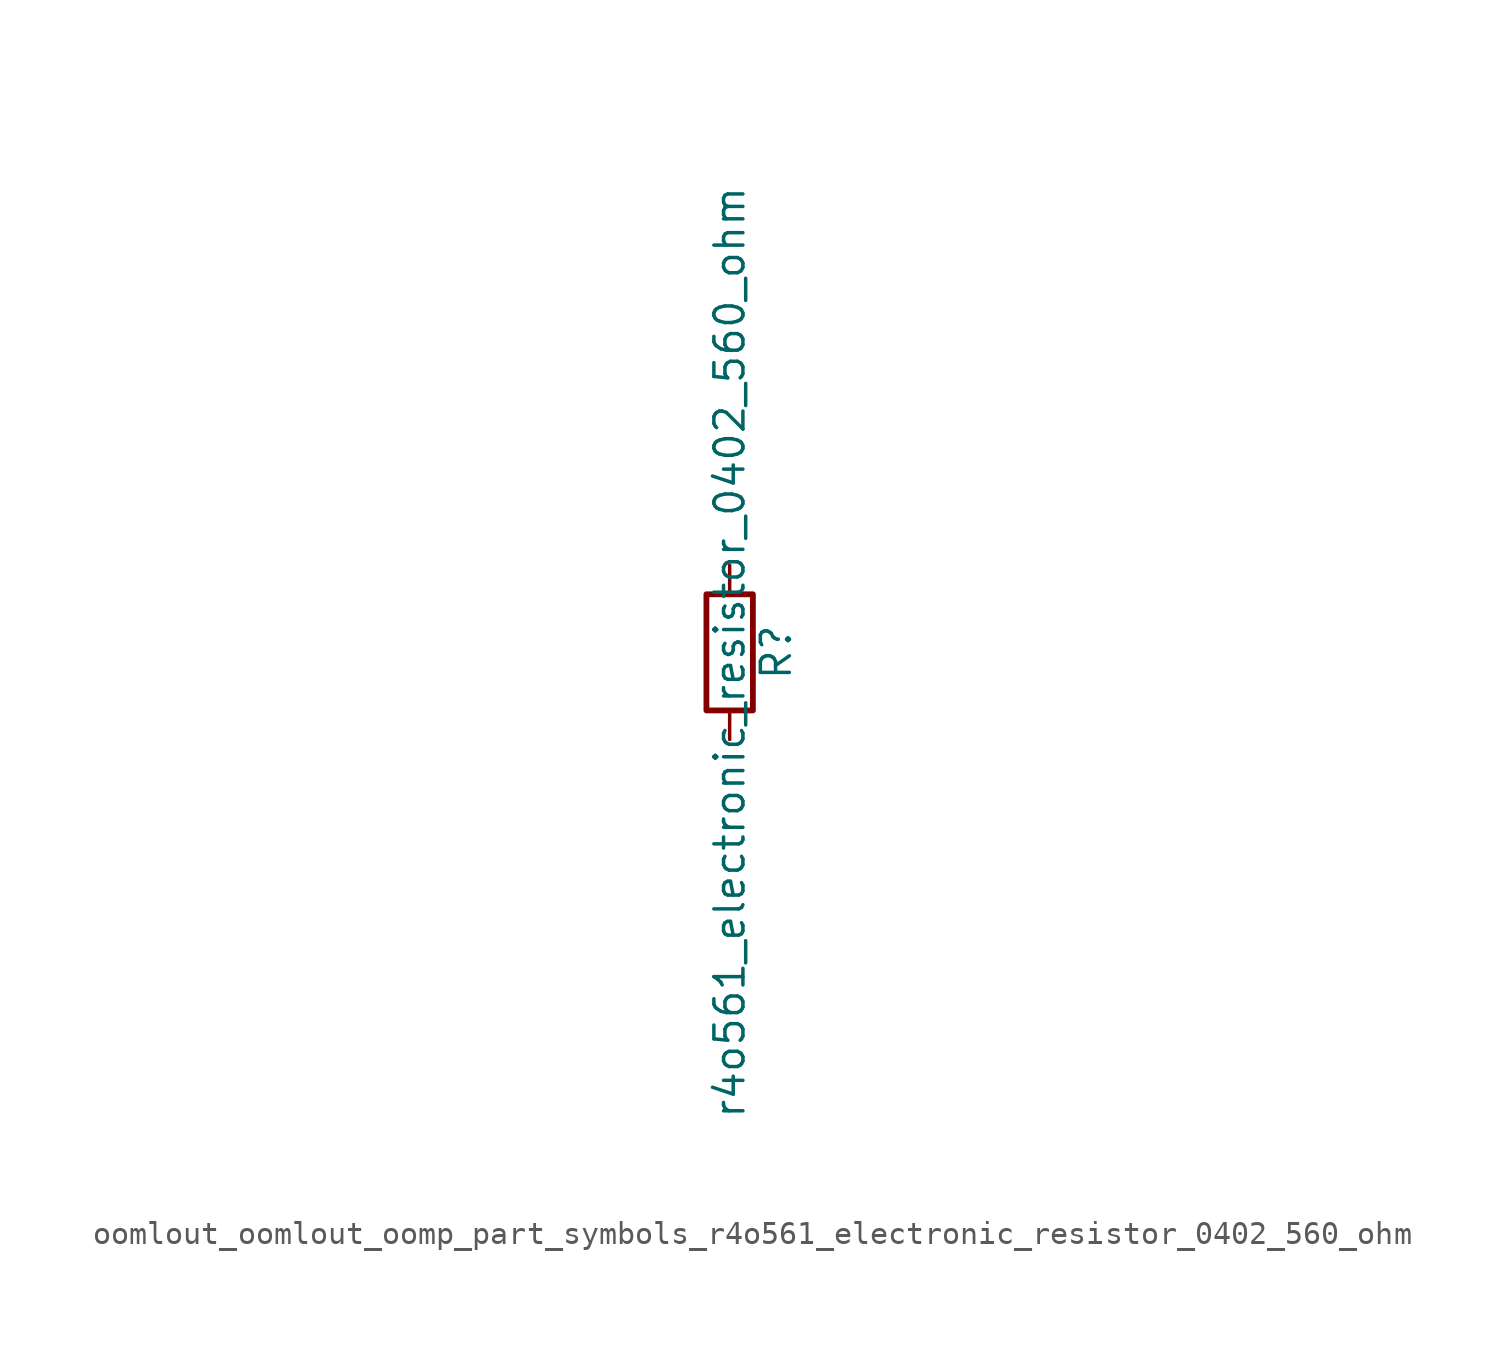
<source format=kicad_sym>
(kicad_symbol_lib
  (version 20220914)
  (generator kicad_symbol_editor)
  (symbol "oomlout_oomlout_oomp_part_symbols_r4o561_electronic_resistor_0402_560_ohm"
    (pin_numbers hide)
    (pin_names
      (offset 0))
    (property "Reference" "R"
      (at 2.032 0 90)
      (effects (font (size 1.27 1.27))))
    (property "Value" "r4o561_electronic_resistor_0402_560_ohm"
      (at 0 0 90)
      (effects (font (size 1.27 1.27))))
    (symbol "oomlout_oomlout_oomp_part_symbols_r4o561_electronic_resistor_0402_560_ohm_0_1"
      (rectangle (start -1.016 -2.54) (end 1.016 2.54) (stroke (width 0.254) (type default)) (fill (type none))))
    (symbol "oomlout_oomlout_oomp_part_symbols_r4o561_electronic_resistor_0402_560_ohm_1_1"
      (pin passive line (at 0 3.81 270) (length 1.27) (name "~" (effects (font (size 1.27 1.27)))) (number "1" (effects (font (size 1.27 1.27)))))
      (pin passive line (at 0 -3.81 90) (length 1.27) (name "~" (effects (font (size 1.27 1.27)))) (number "2" (effects (font (size 1.27 1.27))))))))
</source>
